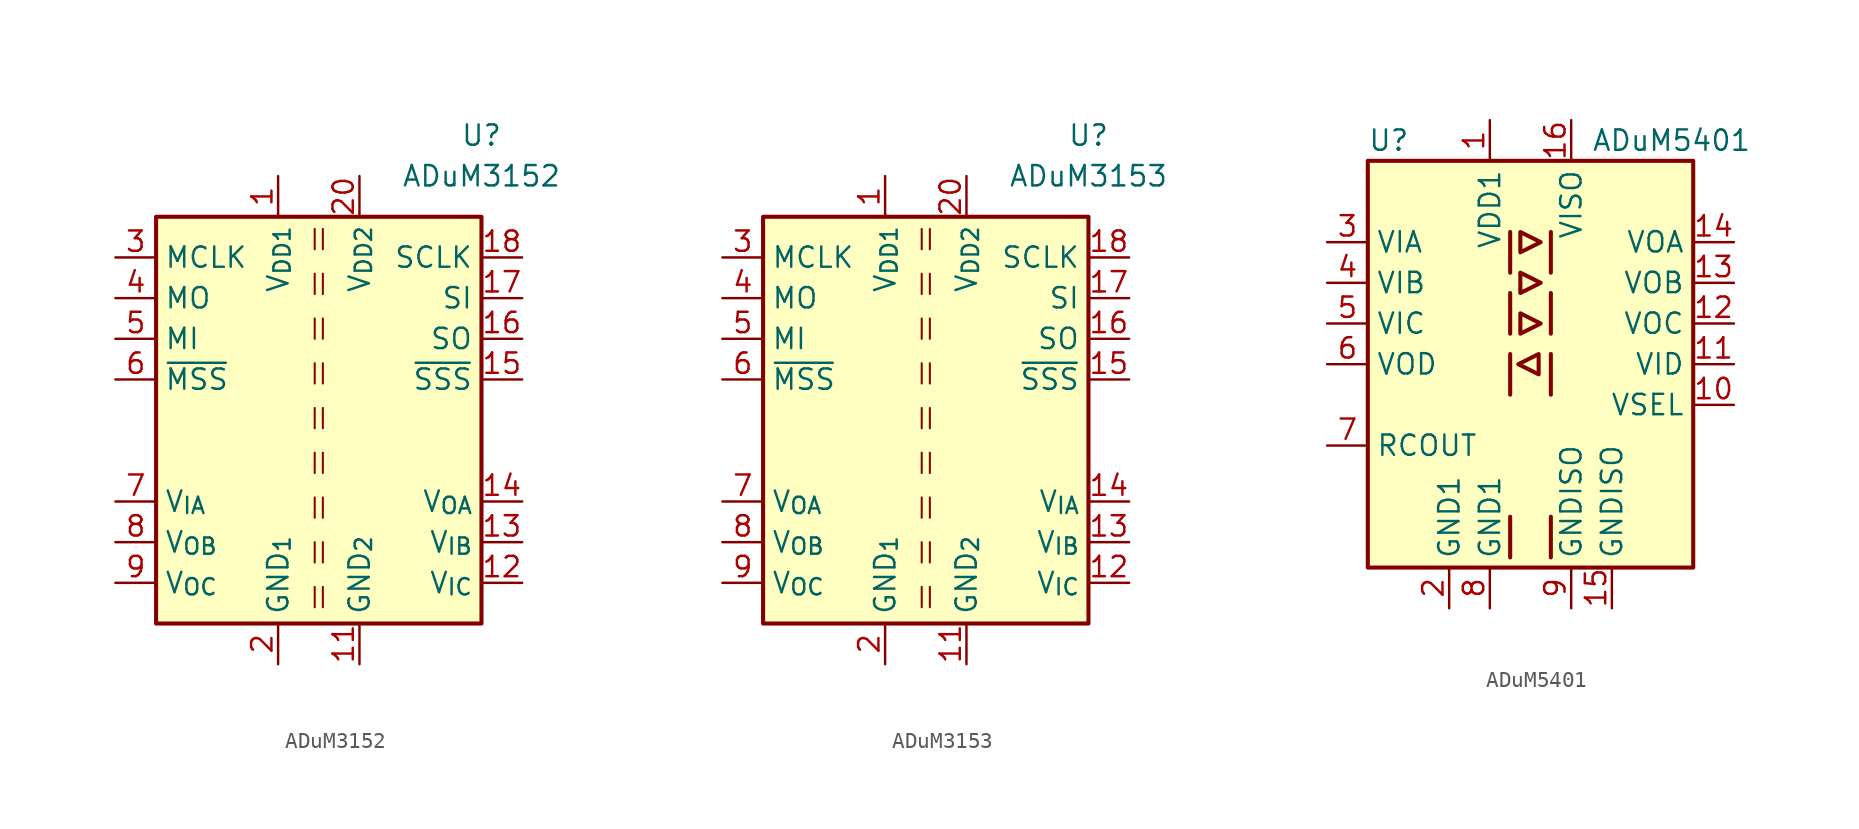
<source format=kicad_sym>
(kicad_symbol_lib
  (version 20220914)
  (generator kicad_symbol_editor)
  (symbol "ADuM3152"
    (property "Reference" "U"
      (at 10.16 17.78 0)
      (effects (font (size 1.27 1.27))))
    (property "Value" "ADuM3152"
      (at 10.16 15.24 0)
      (effects (font (size 1.27 1.27))))
    (symbol "ADuM3152_0_0"
      (rectangle (start -10.16 12.7) (end 10.16 -12.7) (stroke (width 0.254) (type default)) (fill (type background))))
    (symbol "ADuM3152_1_1"
      (polyline (pts (xy -0.254 -10.414) (xy -0.254 -11.684)) (stroke (width 0.127) (type default)) (fill (type none)))
      (polyline (pts (xy -0.254 -7.62) (xy -0.254 -8.89)) (stroke (width 0.127) (type default)) (fill (type none)))
      (polyline (pts (xy -0.254 -4.826) (xy -0.254 -6.096)) (stroke (width 0.127) (type default)) (fill (type none)))
      (polyline (pts (xy -0.254 -2.032) (xy -0.254 -3.302)) (stroke (width 0.127) (type default)) (fill (type none)))
      (polyline (pts (xy -0.254 0.762) (xy -0.254 -0.508)) (stroke (width 0.127) (type default)) (fill (type none)))
      (polyline (pts (xy -0.254 3.556) (xy -0.254 2.286)) (stroke (width 0.127) (type default)) (fill (type none)))
      (polyline (pts (xy -0.254 6.35) (xy -0.254 5.08)) (stroke (width 0.127) (type default)) (fill (type none)))
      (polyline (pts (xy -0.254 9.144) (xy -0.254 7.874)) (stroke (width 0.127) (type default)) (fill (type none)))
      (polyline (pts (xy -0.254 11.938) (xy -0.254 10.668)) (stroke (width 0.127) (type default)) (fill (type none)))
      (polyline (pts (xy 0.254 -10.414) (xy 0.254 -11.684)) (stroke (width 0.127) (type default)) (fill (type none)))
      (polyline (pts (xy 0.254 -7.62) (xy 0.254 -8.89)) (stroke (width 0.127) (type default)) (fill (type none)))
      (polyline (pts (xy 0.254 -4.826) (xy 0.254 -6.096)) (stroke (width 0.127) (type default)) (fill (type none)))
      (polyline (pts (xy 0.254 -2.032) (xy 0.254 -3.302)) (stroke (width 0.127) (type default)) (fill (type none)))
      (polyline (pts (xy 0.254 0.762) (xy 0.254 -0.508)) (stroke (width 0.127) (type default)) (fill (type none)))
      (polyline (pts (xy 0.254 3.556) (xy 0.254 2.286)) (stroke (width 0.127) (type default)) (fill (type none)))
      (polyline (pts (xy 0.254 6.35) (xy 0.254 5.08)) (stroke (width 0.127) (type default)) (fill (type none)))
      (polyline (pts (xy 0.254 9.144) (xy 0.254 7.874)) (stroke (width 0.127) (type default)) (fill (type none)))
      (polyline (pts (xy 0.254 11.938) (xy 0.254 10.668)) (stroke (width 0.127) (type default)) (fill (type none)))
      (pin power_in line (at -2.54 15.24 270) (length 2.54) (name "V_{DD1}" (effects (font (size 1.27 1.27)))) (number "1" (effects (font (size 1.27 1.27)))))
      (pin passive line (at -2.54 -15.24 90) (length 2.54) hide (name "GND_{1}" (effects (font (size 1.27 1.27)))) (number "10" (effects (font (size 1.27 1.27)))))
      (pin power_in line (at 2.54 -15.24 90) (length 2.54) (name "GND_{2}" (effects (font (size 1.27 1.27)))) (number "11" (effects (font (size 1.27 1.27)))))
      (pin input line (at 12.7 -10.16 180) (length 2.54) (name "V_{IC}" (effects (font (size 1.27 1.27)))) (number "12" (effects (font (size 1.27 1.27)))))
      (pin input line (at 12.7 -7.62 180) (length 2.54) (name "V_{IB}" (effects (font (size 1.27 1.27)))) (number "13" (effects (font (size 1.27 1.27)))))
      (pin output line (at 12.7 -5.08 180) (length 2.54) (name "V_{OA}" (effects (font (size 1.27 1.27)))) (number "14" (effects (font (size 1.27 1.27)))))
      (pin output line (at 12.7 2.54 180) (length 2.54) (name "~{SSS}" (effects (font (size 1.27 1.27)))) (number "15" (effects (font (size 1.27 1.27)))))
      (pin input line (at 12.7 5.08 180) (length 2.54) (name "SO" (effects (font (size 1.27 1.27)))) (number "16" (effects (font (size 1.27 1.27)))))
      (pin output line (at 12.7 7.62 180) (length 2.54) (name "SI" (effects (font (size 1.27 1.27)))) (number "17" (effects (font (size 1.27 1.27)))))
      (pin output line (at 12.7 10.16 180) (length 2.54) (name "SCLK" (effects (font (size 1.27 1.27)))) (number "18" (effects (font (size 1.27 1.27)))))
      (pin passive line (at 2.54 -15.24 90) (length 2.54) hide (name "GND_{2}" (effects (font (size 1.27 1.27)))) (number "19" (effects (font (size 1.27 1.27)))))
      (pin power_in line (at -2.54 -15.24 90) (length 2.54) (name "GND_{1}" (effects (font (size 1.27 1.27)))) (number "2" (effects (font (size 1.27 1.27)))))
      (pin power_in line (at 2.54 15.24 270) (length 2.54) (name "V_{DD2}" (effects (font (size 1.27 1.27)))) (number "20" (effects (font (size 1.27 1.27)))))
      (pin input line (at -12.7 10.16 0) (length 2.54) (name "MCLK" (effects (font (size 1.27 1.27)))) (number "3" (effects (font (size 1.27 1.27)))))
      (pin input line (at -12.7 7.62 0) (length 2.54) (name "MO" (effects (font (size 1.27 1.27)))) (number "4" (effects (font (size 1.27 1.27)))))
      (pin output line (at -12.7 5.08 0) (length 2.54) (name "MI" (effects (font (size 1.27 1.27)))) (number "5" (effects (font (size 1.27 1.27)))))
      (pin input line (at -12.7 2.54 0) (length 2.54) (name "~{MSS}" (effects (font (size 1.27 1.27)))) (number "6" (effects (font (size 1.27 1.27)))))
      (pin input line (at -12.7 -5.08 0) (length 2.54) (name "V_{IA}" (effects (font (size 1.27 1.27)))) (number "7" (effects (font (size 1.27 1.27)))))
      (pin output line (at -12.7 -7.62 0) (length 2.54) (name "V_{OB}" (effects (font (size 1.27 1.27)))) (number "8" (effects (font (size 1.27 1.27)))))
      (pin output line (at -12.7 -10.16 0) (length 2.54) (name "V_{OC}" (effects (font (size 1.27 1.27)))) (number "9" (effects (font (size 1.27 1.27)))))))
  (symbol "ADuM3153"
    (property "Reference" "U"
      (at 10.16 17.78 0)
      (effects (font (size 1.27 1.27))))
    (property "Value" "ADuM3153"
      (at 10.16 15.24 0)
      (effects (font (size 1.27 1.27))))
    (symbol "ADuM3153_0_0"
      (rectangle (start -10.16 12.7) (end 10.16 -12.7) (stroke (width 0.254) (type default)) (fill (type background))))
    (symbol "ADuM3153_1_1"
      (polyline (pts (xy -0.254 -10.414) (xy -0.254 -11.684)) (stroke (width 0.127) (type default)) (fill (type none)))
      (polyline (pts (xy -0.254 -7.62) (xy -0.254 -8.89)) (stroke (width 0.127) (type default)) (fill (type none)))
      (polyline (pts (xy -0.254 -4.826) (xy -0.254 -6.096)) (stroke (width 0.127) (type default)) (fill (type none)))
      (polyline (pts (xy -0.254 -2.032) (xy -0.254 -3.302)) (stroke (width 0.127) (type default)) (fill (type none)))
      (polyline (pts (xy -0.254 0.762) (xy -0.254 -0.508)) (stroke (width 0.127) (type default)) (fill (type none)))
      (polyline (pts (xy -0.254 3.556) (xy -0.254 2.286)) (stroke (width 0.127) (type default)) (fill (type none)))
      (polyline (pts (xy -0.254 6.35) (xy -0.254 5.08)) (stroke (width 0.127) (type default)) (fill (type none)))
      (polyline (pts (xy -0.254 9.144) (xy -0.254 7.874)) (stroke (width 0.127) (type default)) (fill (type none)))
      (polyline (pts (xy -0.254 11.938) (xy -0.254 10.668)) (stroke (width 0.127) (type default)) (fill (type none)))
      (polyline (pts (xy 0.254 -10.414) (xy 0.254 -11.684)) (stroke (width 0.127) (type default)) (fill (type none)))
      (polyline (pts (xy 0.254 -7.62) (xy 0.254 -8.89)) (stroke (width 0.127) (type default)) (fill (type none)))
      (polyline (pts (xy 0.254 -4.826) (xy 0.254 -6.096)) (stroke (width 0.127) (type default)) (fill (type none)))
      (polyline (pts (xy 0.254 -2.032) (xy 0.254 -3.302)) (stroke (width 0.127) (type default)) (fill (type none)))
      (polyline (pts (xy 0.254 0.762) (xy 0.254 -0.508)) (stroke (width 0.127) (type default)) (fill (type none)))
      (polyline (pts (xy 0.254 3.556) (xy 0.254 2.286)) (stroke (width 0.127) (type default)) (fill (type none)))
      (polyline (pts (xy 0.254 6.35) (xy 0.254 5.08)) (stroke (width 0.127) (type default)) (fill (type none)))
      (polyline (pts (xy 0.254 9.144) (xy 0.254 7.874)) (stroke (width 0.127) (type default)) (fill (type none)))
      (polyline (pts (xy 0.254 11.938) (xy 0.254 10.668)) (stroke (width 0.127) (type default)) (fill (type none)))
      (pin power_in line (at -2.54 15.24 270) (length 2.54) (name "V_{DD1}" (effects (font (size 1.27 1.27)))) (number "1" (effects (font (size 1.27 1.27)))))
      (pin passive line (at -2.54 -15.24 90) (length 2.54) hide (name "GND_{1}" (effects (font (size 1.27 1.27)))) (number "10" (effects (font (size 1.27 1.27)))))
      (pin power_in line (at 2.54 -15.24 90) (length 2.54) (name "GND_{2}" (effects (font (size 1.27 1.27)))) (number "11" (effects (font (size 1.27 1.27)))))
      (pin input line (at 12.7 -10.16 180) (length 2.54) (name "V_{IC}" (effects (font (size 1.27 1.27)))) (number "12" (effects (font (size 1.27 1.27)))))
      (pin input line (at 12.7 -7.62 180) (length 2.54) (name "V_{IB}" (effects (font (size 1.27 1.27)))) (number "13" (effects (font (size 1.27 1.27)))))
      (pin input line (at 12.7 -5.08 180) (length 2.54) (name "V_{IA}" (effects (font (size 1.27 1.27)))) (number "14" (effects (font (size 1.27 1.27)))))
      (pin output line (at 12.7 2.54 180) (length 2.54) (name "~{SSS}" (effects (font (size 1.27 1.27)))) (number "15" (effects (font (size 1.27 1.27)))))
      (pin input line (at 12.7 5.08 180) (length 2.54) (name "SO" (effects (font (size 1.27 1.27)))) (number "16" (effects (font (size 1.27 1.27)))))
      (pin output line (at 12.7 7.62 180) (length 2.54) (name "SI" (effects (font (size 1.27 1.27)))) (number "17" (effects (font (size 1.27 1.27)))))
      (pin output line (at 12.7 10.16 180) (length 2.54) (name "SCLK" (effects (font (size 1.27 1.27)))) (number "18" (effects (font (size 1.27 1.27)))))
      (pin passive line (at 2.54 -15.24 90) (length 2.54) hide (name "GND_{2}" (effects (font (size 1.27 1.27)))) (number "19" (effects (font (size 1.27 1.27)))))
      (pin power_in line (at -2.54 -15.24 90) (length 2.54) (name "GND_{1}" (effects (font (size 1.27 1.27)))) (number "2" (effects (font (size 1.27 1.27)))))
      (pin power_in line (at 2.54 15.24 270) (length 2.54) (name "V_{DD2}" (effects (font (size 1.27 1.27)))) (number "20" (effects (font (size 1.27 1.27)))))
      (pin input line (at -12.7 10.16 0) (length 2.54) (name "MCLK" (effects (font (size 1.27 1.27)))) (number "3" (effects (font (size 1.27 1.27)))))
      (pin input line (at -12.7 7.62 0) (length 2.54) (name "MO" (effects (font (size 1.27 1.27)))) (number "4" (effects (font (size 1.27 1.27)))))
      (pin output line (at -12.7 5.08 0) (length 2.54) (name "MI" (effects (font (size 1.27 1.27)))) (number "5" (effects (font (size 1.27 1.27)))))
      (pin input line (at -12.7 2.54 0) (length 2.54) (name "~{MSS}" (effects (font (size 1.27 1.27)))) (number "6" (effects (font (size 1.27 1.27)))))
      (pin output line (at -12.7 -5.08 0) (length 2.54) (name "V_{OA}" (effects (font (size 1.27 1.27)))) (number "7" (effects (font (size 1.27 1.27)))))
      (pin output line (at -12.7 -7.62 0) (length 2.54) (name "V_{OB}" (effects (font (size 1.27 1.27)))) (number "8" (effects (font (size 1.27 1.27)))))
      (pin output line (at -12.7 -10.16 0) (length 2.54) (name "V_{OC}" (effects (font (size 1.27 1.27)))) (number "9" (effects (font (size 1.27 1.27)))))))
  (symbol "ADuM5401"
    (property "Reference" "U"
      (at -10.16 13.97 0)
      (effects (font (size 1.27 1.27)) (justify left)))
    (property "Value" "ADuM5401"
      (at 3.81 13.97 0)
      (effects (font (size 1.27 1.27)) (justify left)))
    (symbol "ADuM5401_0_1"
      (rectangle (start -10.16 12.7) (end 10.16 -12.7) (stroke (width 0.254) (type default)) (fill (type background)))
      (polyline (pts (xy -1.27 -9.525) (xy -1.27 -12.065)) (stroke (width 0.254) (type default)) (fill (type none)))
      (polyline (pts (xy -1.27 0.635) (xy -1.27 -1.905)) (stroke (width 0.254) (type default)) (fill (type none)))
      (polyline (pts (xy -1.27 4.445) (xy -1.27 1.905)) (stroke (width 0.254) (type default)) (fill (type none)))
      (polyline (pts (xy -1.27 8.255) (xy -1.27 5.715)) (stroke (width 0.254) (type default)) (fill (type none)))
      (polyline (pts (xy 1.27 -9.525) (xy 1.27 -12.065)) (stroke (width 0.254) (type default)) (fill (type none)))
      (polyline (pts (xy 1.27 0.635) (xy 1.27 -1.905)) (stroke (width 0.254) (type default)) (fill (type none)))
      (polyline (pts (xy 1.27 4.445) (xy 1.27 1.905)) (stroke (width 0.254) (type default)) (fill (type none)))
      (polyline (pts (xy 1.27 8.255) (xy 1.27 5.715)) (stroke (width 0.254) (type default)) (fill (type none)))
      (polyline (pts (xy -0.635 1.905) (xy 0.635 2.54) (xy -0.635 3.175) (xy -0.635 1.905)) (stroke (width 0.254) (type default)) (fill (type none)))
      (polyline (pts (xy -0.635 5.715) (xy -0.635 4.445) (xy 0.635 5.08) (xy -0.635 5.715)) (stroke (width 0.254) (type default)) (fill (type none)))
      (polyline (pts (xy -0.635 6.985) (xy 0.635 7.62) (xy -0.635 8.255) (xy -0.635 6.985)) (stroke (width 0.254) (type default)) (fill (type none)))
      (polyline (pts (xy 0.508 0.635) (xy 0.508 -0.635) (xy -0.762 0) (xy 0.508 0.635)) (stroke (width 0.254) (type default)) (fill (type none))))
    (symbol "ADuM5401_1_1"
      (pin power_in line (at -2.54 15.24 270) (length 2.54) (name "VDD1" (effects (font (size 1.27 1.27)))) (number "1" (effects (font (size 1.27 1.27)))))
      (pin input line (at 12.7 -2.54 180) (length 2.54) (name "VSEL" (effects (font (size 1.27 1.27)))) (number "10" (effects (font (size 1.27 1.27)))))
      (pin input line (at 12.7 0 180) (length 2.54) (name "VID" (effects (font (size 1.27 1.27)))) (number "11" (effects (font (size 1.27 1.27)))))
      (pin output line (at 12.7 2.54 180) (length 2.54) (name "VOC" (effects (font (size 1.27 1.27)))) (number "12" (effects (font (size 1.27 1.27)))))
      (pin output line (at 12.7 5.08 180) (length 2.54) (name "VOB" (effects (font (size 1.27 1.27)))) (number "13" (effects (font (size 1.27 1.27)))))
      (pin output line (at 12.7 7.62 180) (length 2.54) (name "VOA" (effects (font (size 1.27 1.27)))) (number "14" (effects (font (size 1.27 1.27)))))
      (pin power_in line (at 5.08 -15.24 90) (length 2.54) (name "GNDISO" (effects (font (size 1.27 1.27)))) (number "15" (effects (font (size 1.27 1.27)))))
      (pin power_in line (at 2.54 15.24 270) (length 2.54) (name "VISO" (effects (font (size 1.27 1.27)))) (number "16" (effects (font (size 1.27 1.27)))))
      (pin power_in line (at -5.08 -15.24 90) (length 2.54) (name "GND1" (effects (font (size 1.27 1.27)))) (number "2" (effects (font (size 1.27 1.27)))))
      (pin input line (at -12.7 7.62 0) (length 2.54) (name "VIA" (effects (font (size 1.27 1.27)))) (number "3" (effects (font (size 1.27 1.27)))))
      (pin input line (at -12.7 5.08 0) (length 2.54) (name "VIB" (effects (font (size 1.27 1.27)))) (number "4" (effects (font (size 1.27 1.27)))))
      (pin input line (at -12.7 2.54 0) (length 2.54) (name "VIC" (effects (font (size 1.27 1.27)))) (number "5" (effects (font (size 1.27 1.27)))))
      (pin output line (at -12.7 0 0) (length 2.54) (name "VOD" (effects (font (size 1.27 1.27)))) (number "6" (effects (font (size 1.27 1.27)))))
      (pin output line (at -12.7 -5.08 0) (length 2.54) (name "RCOUT" (effects (font (size 1.27 1.27)))) (number "7" (effects (font (size 1.27 1.27)))))
      (pin power_in line (at -2.54 -15.24 90) (length 2.54) (name "GND1" (effects (font (size 1.27 1.27)))) (number "8" (effects (font (size 1.27 1.27)))))
      (pin power_in line (at 2.54 -15.24 90) (length 2.54) (name "GNDISO" (effects (font (size 1.27 1.27)))) (number "9" (effects (font (size 1.27 1.27))))))))
</source>
